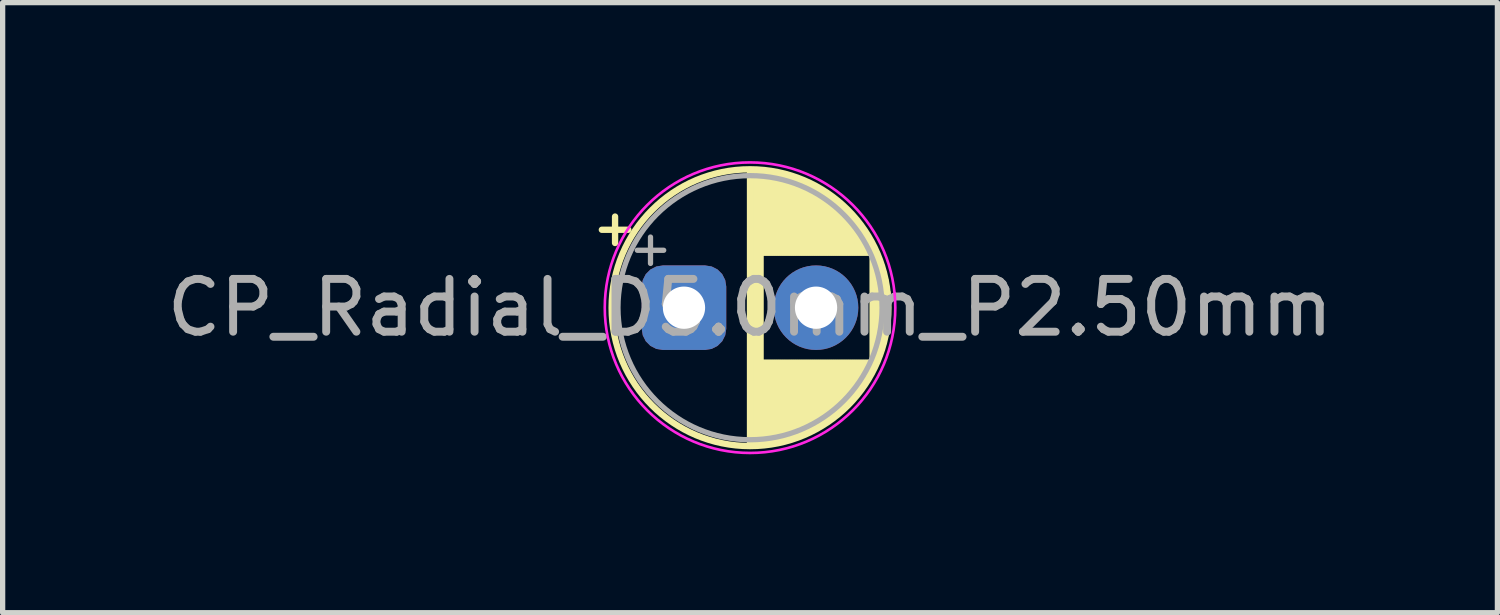
<source format=kicad_pcb>
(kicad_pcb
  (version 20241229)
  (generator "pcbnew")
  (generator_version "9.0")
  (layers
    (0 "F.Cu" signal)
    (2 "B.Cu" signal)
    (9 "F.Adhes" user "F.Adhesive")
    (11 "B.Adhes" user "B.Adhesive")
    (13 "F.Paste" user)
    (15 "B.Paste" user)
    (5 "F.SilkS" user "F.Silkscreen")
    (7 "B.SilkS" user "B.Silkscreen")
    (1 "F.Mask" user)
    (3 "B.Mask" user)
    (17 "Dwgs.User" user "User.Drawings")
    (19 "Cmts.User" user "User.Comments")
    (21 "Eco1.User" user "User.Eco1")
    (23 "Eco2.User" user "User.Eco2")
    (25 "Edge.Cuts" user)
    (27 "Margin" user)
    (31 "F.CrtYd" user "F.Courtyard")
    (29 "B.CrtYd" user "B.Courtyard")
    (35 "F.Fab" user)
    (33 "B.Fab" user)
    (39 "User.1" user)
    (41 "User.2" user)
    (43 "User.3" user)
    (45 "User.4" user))
  (footprint "CP_Radial_D5.0mm_P2.50mm"
    (layer "F.Cu")
    (at 11.149 2.775)
    (property "Reference" "CP_Radial_D5.0mm_P2.50mm" (at 0 0 0) (layer "F.Fab") (effects (font (size 1 1) (thickness 0.15))))
    (attr through_hole)
    (fp_line (start -2.805 -1.475) (end -2.305 -1.475) (stroke (width 0.12) (type solid)) (layer "F.SilkS"))
    (fp_line (start -2.555 -1.725) (end -2.555 -1.225) (stroke (width 0.12) (type solid)) (layer "F.SilkS"))
    (fp_line (start 0 -2.58) (end 0 2.58) (stroke (width 0.12) (type solid)) (layer "F.SilkS"))
    (fp_line (start 0.04 -2.58) (end 0.04 2.58) (stroke (width 0.12) (type solid)) (layer "F.SilkS"))
    (fp_line (start 0.08 -2.579) (end 0.08 2.579) (stroke (width 0.12) (type solid)) (layer "F.SilkS"))
    (fp_line (start 0.12 -2.578) (end 0.12 2.578) (stroke (width 0.12) (type solid)) (layer "F.SilkS"))
    (fp_line (start 0.16 -2.576) (end 0.16 2.576) (stroke (width 0.12) (type solid)) (layer "F.SilkS"))
    (fp_line (start 0.2 -2.573) (end 0.2 2.573) (stroke (width 0.12) (type solid)) (layer "F.SilkS"))
    (fp_line (start 0.24 -2.569) (end 0.24 -1.04) (stroke (width 0.12) (type solid)) (layer "F.SilkS"))
    (fp_line (start 0.24 1.04) (end 0.24 2.569) (stroke (width 0.12) (type solid)) (layer "F.SilkS"))
    (fp_line (start 0.28 -2.565) (end 0.28 -1.04) (stroke (width 0.12) (type solid)) (layer "F.SilkS"))
    (fp_line (start 0.28 1.04) (end 0.28 2.565) (stroke (width 0.12) (type solid)) (layer "F.SilkS"))
    (fp_line (start 0.32 -2.561) (end 0.32 -1.04) (stroke (width 0.12) (type solid)) (layer "F.SilkS"))
    (fp_line (start 0.32 1.04) (end 0.32 2.561) (stroke (width 0.12) (type solid)) (layer "F.SilkS"))
    (fp_line (start 0.36 -2.556) (end 0.36 -1.04) (stroke (width 0.12) (type solid)) (layer "F.SilkS"))
    (fp_line (start 0.36 1.04) (end 0.36 2.556) (stroke (width 0.12) (type solid)) (layer "F.SilkS"))
    (fp_line (start 0.4 -2.55) (end 0.4 -1.04) (stroke (width 0.12) (type solid)) (layer "F.SilkS"))
    (fp_line (start 0.4 1.04) (end 0.4 2.55) (stroke (width 0.12) (type solid)) (layer "F.SilkS"))
    (fp_line (start 0.44 -2.543) (end 0.44 -1.04) (stroke (width 0.12) (type solid)) (layer "F.SilkS"))
    (fp_line (start 0.44 1.04) (end 0.44 2.543) (stroke (width 0.12) (type solid)) (layer "F.SilkS"))
    (fp_line (start 0.48 -2.536) (end 0.48 -1.04) (stroke (width 0.12) (type solid)) (layer "F.SilkS"))
    (fp_line (start 0.48 1.04) (end 0.48 2.536) (stroke (width 0.12) (type solid)) (layer "F.SilkS"))
    (fp_line (start 0.52 -2.528) (end 0.52 -1.04) (stroke (width 0.12) (type solid)) (layer "F.SilkS"))
    (fp_line (start 0.52 1.04) (end 0.52 2.528) (stroke (width 0.12) (type solid)) (layer "F.SilkS"))
    (fp_line (start 0.56 -2.52) (end 0.56 -1.04) (stroke (width 0.12) (type solid)) (layer "F.SilkS"))
    (fp_line (start 0.56 1.04) (end 0.56 2.52) (stroke (width 0.12) (type solid)) (layer "F.SilkS"))
    (fp_line (start 0.6 -2.511) (end 0.6 -1.04) (stroke (width 0.12) (type solid)) (layer "F.SilkS"))
    (fp_line (start 0.6 1.04) (end 0.6 2.511) (stroke (width 0.12) (type solid)) (layer "F.SilkS"))
    (fp_line (start 0.64 -2.501) (end 0.64 -1.04) (stroke (width 0.12) (type solid)) (layer "F.SilkS"))
    (fp_line (start 0.64 1.04) (end 0.64 2.501) (stroke (width 0.12) (type solid)) (layer "F.SilkS"))
    (fp_line (start 0.68 -2.491) (end 0.68 -1.04) (stroke (width 0.12) (type solid)) (layer "F.SilkS"))
    (fp_line (start 0.68 1.04) (end 0.68 2.491) (stroke (width 0.12) (type solid)) (layer "F.SilkS"))
    (fp_line (start 0.721 -2.48) (end 0.721 -1.04) (stroke (width 0.12) (type solid)) (layer "F.SilkS"))
    (fp_line (start 0.721 1.04) (end 0.721 2.48) (stroke (width 0.12) (type solid)) (layer "F.SilkS"))
    (fp_line (start 0.761 -2.468) (end 0.761 -1.04) (stroke (width 0.12) (type solid)) (layer "F.SilkS"))
    (fp_line (start 0.761 1.04) (end 0.761 2.468) (stroke (width 0.12) (type solid)) (layer "F.SilkS"))
    (fp_line (start 0.801 -2.455) (end 0.801 -1.04) (stroke (width 0.12) (type solid)) (layer "F.SilkS"))
    (fp_line (start 0.801 1.04) (end 0.801 2.455) (stroke (width 0.12) (type solid)) (layer "F.SilkS"))
    (fp_line (start 0.841 -2.442) (end 0.841 -1.04) (stroke (width 0.12) (type solid)) (layer "F.SilkS"))
    (fp_line (start 0.841 1.04) (end 0.841 2.442) (stroke (width 0.12) (type solid)) (layer "F.SilkS"))
    (fp_line (start 0.881 -2.428) (end 0.881 -1.04) (stroke (width 0.12) (type solid)) (layer "F.SilkS"))
    (fp_line (start 0.881 1.04) (end 0.881 2.428) (stroke (width 0.12) (type solid)) (layer "F.SilkS"))
    (fp_line (start 0.921 -2.414) (end 0.921 -1.04) (stroke (width 0.12) (type solid)) (layer "F.SilkS"))
    (fp_line (start 0.921 1.04) (end 0.921 2.414) (stroke (width 0.12) (type solid)) (layer "F.SilkS"))
    (fp_line (start 0.961 -2.398) (end 0.961 -1.04) (stroke (width 0.12) (type solid)) (layer "F.SilkS"))
    (fp_line (start 0.961 1.04) (end 0.961 2.398) (stroke (width 0.12) (type solid)) (layer "F.SilkS"))
    (fp_line (start 1.001 -2.382) (end 1.001 -1.04) (stroke (width 0.12) (type solid)) (layer "F.SilkS"))
    (fp_line (start 1.001 1.04) (end 1.001 2.382) (stroke (width 0.12) (type solid)) (layer "F.SilkS"))
    (fp_line (start 1.041 -2.365) (end 1.041 -1.04) (stroke (width 0.12) (type solid)) (layer "F.SilkS"))
    (fp_line (start 1.041 1.04) (end 1.041 2.365) (stroke (width 0.12) (type solid)) (layer "F.SilkS"))
    (fp_line (start 1.081 -2.348) (end 1.081 -1.04) (stroke (width 0.12) (type solid)) (layer "F.SilkS"))
    (fp_line (start 1.081 1.04) (end 1.081 2.348) (stroke (width 0.12) (type solid)) (layer "F.SilkS"))
    (fp_line (start 1.121 -2.329) (end 1.121 -1.04) (stroke (width 0.12) (type solid)) (layer "F.SilkS"))
    (fp_line (start 1.121 1.04) (end 1.121 2.329) (stroke (width 0.12) (type solid)) (layer "F.SilkS"))
    (fp_line (start 1.161 -2.31) (end 1.161 -1.04) (stroke (width 0.12) (type solid)) (layer "F.SilkS"))
    (fp_line (start 1.161 1.04) (end 1.161 2.31) (stroke (width 0.12) (type solid)) (layer "F.SilkS"))
    (fp_line (start 1.201 -2.29) (end 1.201 -1.04) (stroke (width 0.12) (type solid)) (layer "F.SilkS"))
    (fp_line (start 1.201 1.04) (end 1.201 2.29) (stroke (width 0.12) (type solid)) (layer "F.SilkS"))
    (fp_line (start 1.241 -2.268) (end 1.241 -1.04) (stroke (width 0.12) (type solid)) (layer "F.SilkS"))
    (fp_line (start 1.241 1.04) (end 1.241 2.268) (stroke (width 0.12) (type solid)) (layer "F.SilkS"))
    (fp_line (start 1.281 -2.247) (end 1.281 -1.04) (stroke (width 0.12) (type solid)) (layer "F.SilkS"))
    (fp_line (start 1.281 1.04) (end 1.281 2.247) (stroke (width 0.12) (type solid)) (layer "F.SilkS"))
    (fp_line (start 1.321 -2.224) (end 1.321 -1.04) (stroke (width 0.12) (type solid)) (layer "F.SilkS"))
    (fp_line (start 1.321 1.04) (end 1.321 2.224) (stroke (width 0.12) (type solid)) (layer "F.SilkS"))
    (fp_line (start 1.361 -2.2) (end 1.361 -1.04) (stroke (width 0.12) (type solid)) (layer "F.SilkS"))
    (fp_line (start 1.361 1.04) (end 1.361 2.2) (stroke (width 0.12) (type solid)) (layer "F.SilkS"))
    (fp_line (start 1.401 -2.175) (end 1.401 -1.04) (stroke (width 0.12) (type solid)) (layer "F.SilkS"))
    (fp_line (start 1.401 1.04) (end 1.401 2.175) (stroke (width 0.12) (type solid)) (layer "F.SilkS"))
    (fp_line (start 1.441 -2.149) (end 1.441 -1.04) (stroke (width 0.12) (type solid)) (layer "F.SilkS"))
    (fp_line (start 1.441 1.04) (end 1.441 2.149) (stroke (width 0.12) (type solid)) (layer "F.SilkS"))
    (fp_line (start 1.481 -2.122) (end 1.481 -1.04) (stroke (width 0.12) (type solid)) (layer "F.SilkS"))
    (fp_line (start 1.481 1.04) (end 1.481 2.122) (stroke (width 0.12) (type solid)) (layer "F.SilkS"))
    (fp_line (start 1.521 -2.095) (end 1.521 -1.04) (stroke (width 0.12) (type solid)) (layer "F.SilkS"))
    (fp_line (start 1.521 1.04) (end 1.521 2.095) (stroke (width 0.12) (type solid)) (layer "F.SilkS"))
    (fp_line (start 1.561 -2.065) (end 1.561 -1.04) (stroke (width 0.12) (type solid)) (layer "F.SilkS"))
    (fp_line (start 1.561 1.04) (end 1.561 2.065) (stroke (width 0.12) (type solid)) (layer "F.SilkS"))
    (fp_line (start 1.601 -2.035) (end 1.601 -1.04) (stroke (width 0.12) (type solid)) (layer "F.SilkS"))
    (fp_line (start 1.601 1.04) (end 1.601 2.035) (stroke (width 0.12) (type solid)) (layer "F.SilkS"))
    (fp_line (start 1.641 -2.004) (end 1.641 -1.04) (stroke (width 0.12) (type solid)) (layer "F.SilkS"))
    (fp_line (start 1.641 1.04) (end 1.641 2.004) (stroke (width 0.12) (type solid)) (layer "F.SilkS"))
    (fp_line (start 1.681 -1.971) (end 1.681 -1.04) (stroke (width 0.12) (type solid)) (layer "F.SilkS"))
    (fp_line (start 1.681 1.04) (end 1.681 1.971) (stroke (width 0.12) (type solid)) (layer "F.SilkS"))
    (fp_line (start 1.721 -1.937) (end 1.721 -1.04) (stroke (width 0.12) (type solid)) (layer "F.SilkS"))
    (fp_line (start 1.721 1.04) (end 1.721 1.937) (stroke (width 0.12) (type solid)) (layer "F.SilkS"))
    (fp_line (start 1.761 -1.901) (end 1.761 -1.04) (stroke (width 0.12) (type solid)) (layer "F.SilkS"))
    (fp_line (start 1.761 1.04) (end 1.761 1.901) (stroke (width 0.12) (type solid)) (layer "F.SilkS"))
    (fp_line (start 1.801 -1.864) (end 1.801 -1.04) (stroke (width 0.12) (type solid)) (layer "F.SilkS"))
    (fp_line (start 1.801 1.04) (end 1.801 1.864) (stroke (width 0.12) (type solid)) (layer "F.SilkS"))
    (fp_line (start 1.841 -1.826) (end 1.841 -1.04) (stroke (width 0.12) (type solid)) (layer "F.SilkS"))
    (fp_line (start 1.841 1.04) (end 1.841 1.826) (stroke (width 0.12) (type solid)) (layer "F.SilkS"))
    (fp_line (start 1.881 -1.785) (end 1.881 -1.04) (stroke (width 0.12) (type solid)) (layer "F.SilkS"))
    (fp_line (start 1.881 1.04) (end 1.881 1.785) (stroke (width 0.12) (type solid)) (layer "F.SilkS"))
    (fp_line (start 1.921 -1.743) (end 1.921 -1.04) (stroke (width 0.12) (type solid)) (layer "F.SilkS"))
    (fp_line (start 1.921 1.04) (end 1.921 1.743) (stroke (width 0.12) (type solid)) (layer "F.SilkS"))
    (fp_line (start 1.961 -1.699) (end 1.961 -1.04) (stroke (width 0.12) (type solid)) (layer "F.SilkS"))
    (fp_line (start 1.961 1.04) (end 1.961 1.699) (stroke (width 0.12) (type solid)) (layer "F.SilkS"))
    (fp_line (start 2.001 -1.653) (end 2.001 -1.04) (stroke (width 0.12) (type solid)) (layer "F.SilkS"))
    (fp_line (start 2.001 1.04) (end 2.001 1.653) (stroke (width 0.12) (type solid)) (layer "F.SilkS"))
    (fp_line (start 2.041 -1.605) (end 2.041 -1.04) (stroke (width 0.12) (type solid)) (layer "F.SilkS"))
    (fp_line (start 2.041 1.04) (end 2.041 1.605) (stroke (width 0.12) (type solid)) (layer "F.SilkS"))
    (fp_line (start 2.081 -1.554) (end 2.081 -1.04) (stroke (width 0.12) (type solid)) (layer "F.SilkS"))
    (fp_line (start 2.081 1.04) (end 2.081 1.554) (stroke (width 0.12) (type solid)) (layer "F.SilkS"))
    (fp_line (start 2.121 -1.5) (end 2.121 -1.04) (stroke (width 0.12) (type solid)) (layer "F.SilkS"))
    (fp_line (start 2.121 1.04) (end 2.121 1.5) (stroke (width 0.12) (type solid)) (layer "F.SilkS"))
    (fp_line (start 2.161 -1.443) (end 2.161 -1.04) (stroke (width 0.12) (type solid)) (layer "F.SilkS"))
    (fp_line (start 2.161 1.04) (end 2.161 1.443) (stroke (width 0.12) (type solid)) (layer "F.SilkS"))
    (fp_line (start 2.201 -1.383) (end 2.201 -1.04) (stroke (width 0.12) (type solid)) (layer "F.SilkS"))
    (fp_line (start 2.201 1.04) (end 2.201 1.383) (stroke (width 0.12) (type solid)) (layer "F.SilkS"))
    (fp_line (start 2.241 -1.319) (end 2.241 -1.04) (stroke (width 0.12) (type solid)) (layer "F.SilkS"))
    (fp_line (start 2.241 1.04) (end 2.241 1.319) (stroke (width 0.12) (type solid)) (layer "F.SilkS"))
    (fp_line (start 2.281 -1.251) (end 2.281 -1.04) (stroke (width 0.12) (type solid)) (layer "F.SilkS"))
    (fp_line (start 2.281 1.04) (end 2.281 1.251) (stroke (width 0.12) (type solid)) (layer "F.SilkS"))
    (fp_line (start 2.321 -1.178) (end 2.321 1.178) (stroke (width 0.12) (type solid)) (layer "F.SilkS"))
    (fp_line (start 2.361 -1.098) (end 2.361 1.098) (stroke (width 0.12) (type solid)) (layer "F.SilkS"))
    (fp_line (start 2.401 -1.011) (end 2.401 1.011) (stroke (width 0.12) (type solid)) (layer "F.SilkS"))
    (fp_line (start 2.441 -0.915) (end 2.441 0.915) (stroke (width 0.12) (type solid)) (layer "F.SilkS"))
    (fp_line (start 2.481 -0.805) (end 2.481 0.805) (stroke (width 0.12) (type solid)) (layer "F.SilkS"))
    (fp_line (start 2.521 -0.677) (end 2.521 0.677) (stroke (width 0.12) (type solid)) (layer "F.SilkS"))
    (fp_line (start 2.561 -0.518) (end 2.561 0.518) (stroke (width 0.12) (type solid)) (layer "F.SilkS"))
    (fp_line (start 2.601 -0.284) (end 2.601 0.284) (stroke (width 0.12) (type solid)) (layer "F.SilkS"))
    (fp_circle (center 0 0) (end 2.62 0) (stroke (width 0.12) (type solid)) (fill no) (layer "F.SilkS"))
    (fp_circle (center 0 0) (end 2.75 0) (stroke (width 0.05) (type solid)) (fill no) (layer "F.CrtYd"))
    (fp_line (start -2.134 -1.087) (end -1.634 -1.087) (stroke (width 0.1) (type solid)) (layer "F.Fab"))
    (fp_line (start -1.884 -1.337) (end -1.884 -0.838) (stroke (width 0.1) (type solid)) (layer "F.Fab"))
    (fp_circle (center 0 0) (end 2.5 0) (stroke (width 0.1) (type solid)) (fill no) (layer "F.Fab"))
    (pad "1" thru_hole roundrect (at -1.25 0) (size 1.6 1.6) (drill 0.8) (layers "*.Cu" "*.Mask") (roundrect_rratio 0.25))
    (pad "2" thru_hole circle (at 1.25 0) (size 1.6 1.6) (drill 0.8) (layers "*.Cu" "*.Mask")))
  (gr_rect
    (start -3 -3)
    (end 25.298 8.55)
    (stroke (width 0.1) (type default))
    (fill no)
    (layer "Edge.Cuts")))
</source>
